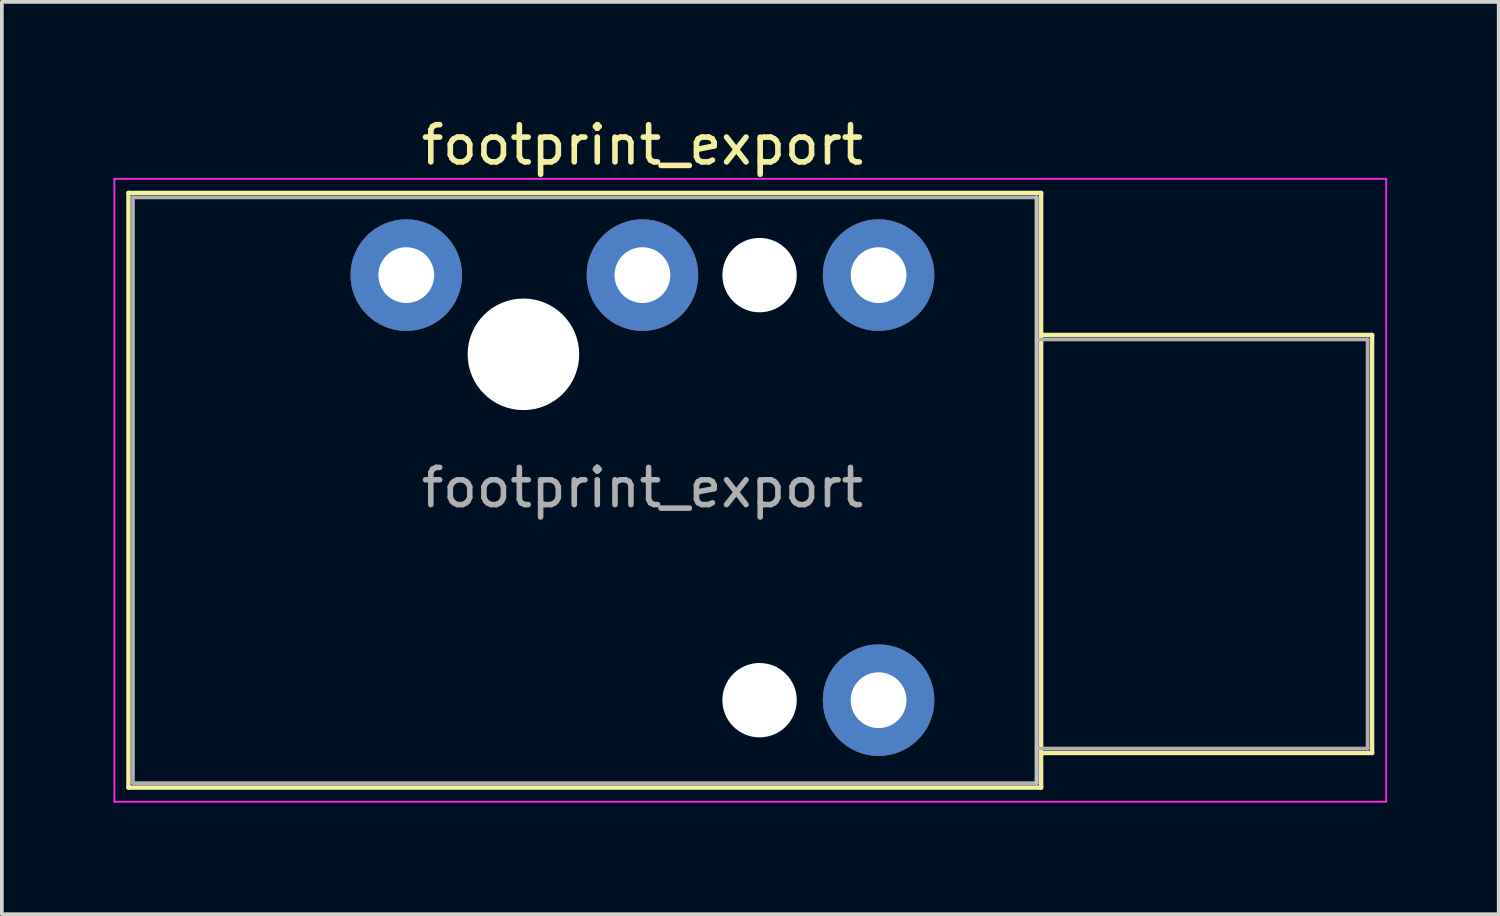
<source format=kicad_pcb>
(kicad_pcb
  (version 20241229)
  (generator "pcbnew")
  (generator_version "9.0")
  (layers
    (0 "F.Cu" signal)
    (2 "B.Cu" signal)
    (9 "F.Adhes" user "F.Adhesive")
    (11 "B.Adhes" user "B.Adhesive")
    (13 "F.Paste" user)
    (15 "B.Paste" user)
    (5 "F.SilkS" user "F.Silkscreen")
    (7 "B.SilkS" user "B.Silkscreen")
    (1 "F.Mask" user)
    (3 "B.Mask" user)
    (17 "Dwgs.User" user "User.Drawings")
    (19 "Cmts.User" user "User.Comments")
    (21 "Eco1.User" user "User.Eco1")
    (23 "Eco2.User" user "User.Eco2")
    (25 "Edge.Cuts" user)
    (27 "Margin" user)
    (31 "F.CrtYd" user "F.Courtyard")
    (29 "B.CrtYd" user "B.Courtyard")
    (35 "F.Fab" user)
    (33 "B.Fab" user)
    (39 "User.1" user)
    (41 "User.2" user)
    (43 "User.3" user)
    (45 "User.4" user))
  (footprint "footprint_export"
    (layer "F.Cu")
    (at 7.875 4.348)
    (property "Reference" "footprint_export" (at 6.35 -3.5 0) (layer "F.SilkS") (effects (font (size 1 1) (thickness 0.15))))
    (attr through_hole)
    (fp_line (start -7.47 -2.21) (end 17.07 -2.21) (stroke (width 0.12) (type solid)) (layer "F.SilkS"))
    (fp_line (start -7.47 13.78) (end -7.47 -2.21) (stroke (width 0.12) (type solid)) (layer "F.SilkS"))
    (fp_line (start -7.47 13.78) (end 17.07 13.78) (stroke (width 0.12) (type solid)) (layer "F.SilkS"))
    (fp_line (start 17.07 -2.21) (end 17.07 13.78) (stroke (width 0.12) (type solid)) (layer "F.SilkS"))
    (fp_line (start 25.97 1.61) (end 17.07 1.61) (stroke (width 0.12) (type solid)) (layer "F.SilkS"))
    (fp_line (start 25.97 12.85) (end 17.07 12.85) (stroke (width 0.12) (type solid)) (layer "F.SilkS"))
    (fp_line (start 25.97 12.85) (end 25.97 1.61) (stroke (width 0.12) (type solid)) (layer "F.SilkS"))
    (fp_line (start 16.95 -2.09) (end 16.95 13.66) (stroke (width 0.1) (type solid)) (layer "Dwgs.User"))
    (fp_line (start -7.85 14.16) (end -7.85 -2.59) (stroke (width 0.05) (type solid)) (layer "F.CrtYd"))
    (fp_line (start -7.85 14.16) (end 26.35 14.16) (stroke (width 0.05) (type solid)) (layer "F.CrtYd"))
    (fp_line (start 26.35 -2.59) (end -7.85 -2.59) (stroke (width 0.05) (type solid)) (layer "F.CrtYd"))
    (fp_line (start 26.35 14.16) (end 26.35 -2.59) (stroke (width 0.05) (type solid)) (layer "F.CrtYd"))
    (fp_line (start -7.35 -2.09) (end 16.95 -2.09) (stroke (width 0.1) (type solid)) (layer "F.Fab"))
    (fp_line (start -7.35 13.66) (end -7.35 -2.09) (stroke (width 0.1) (type solid)) (layer "F.Fab"))
    (fp_line (start 16.95 -2.09) (end 16.95 13.66) (stroke (width 0.1) (type solid)) (layer "F.Fab"))
    (fp_line (start 16.95 12.73) (end 25.85 12.73) (stroke (width 0.1) (type solid)) (layer "F.Fab"))
    (fp_line (start 16.95 13.66) (end -7.35 13.66) (stroke (width 0.1) (type solid)) (layer "F.Fab"))
    (fp_line (start 25.85 1.73) (end 16.95 1.73) (stroke (width 0.1) (type solid)) (layer "F.Fab"))
    (fp_line (start 25.85 12.73) (end 25.85 1.73) (stroke (width 0.1) (type solid)) (layer "F.Fab"))
    (fp_text user "${REFERENCE}" (at 6.35 5.715 0) (layer "F.Fab") (effects (font (size 1 1) (thickness 0.15))))
    (pad "" np_thru_hole circle (at 3.15 2.13) (size 3 3) (drill 3) (layers "*.Cu" "*.Mask"))
    (pad "" np_thru_hole circle (at 9.5 0) (size 2 2) (drill 2) (layers "*.Cu" "*.Mask"))
    (pad "" np_thru_hole circle (at 9.5 11.43) (size 2 2) (drill 2) (layers "*.Cu" "*.Mask"))
    (pad "G" thru_hole circle (at 12.7 11.43) (size 3 3) (drill 1.5) (layers "*.Cu" "*.Mask"))
    (pad "R" thru_hole circle (at 6.35 0) (size 3 3) (drill 1.5) (layers "*.Cu" "*.Mask"))
    (pad "S" thru_hole circle (at 12.7 0) (size 3 3) (drill 1.5) (layers "*.Cu" "*.Mask"))
    (pad "T" thru_hole circle (at 0 0) (size 3 3) (drill 1.5) (layers "*.Cu" "*.Mask")))
  (gr_rect
    (start -3 -3)
    (end 37.25 21.533)
    (stroke (width 0.1) (type default))
    (fill no)
    (layer "Edge.Cuts")))
</source>
